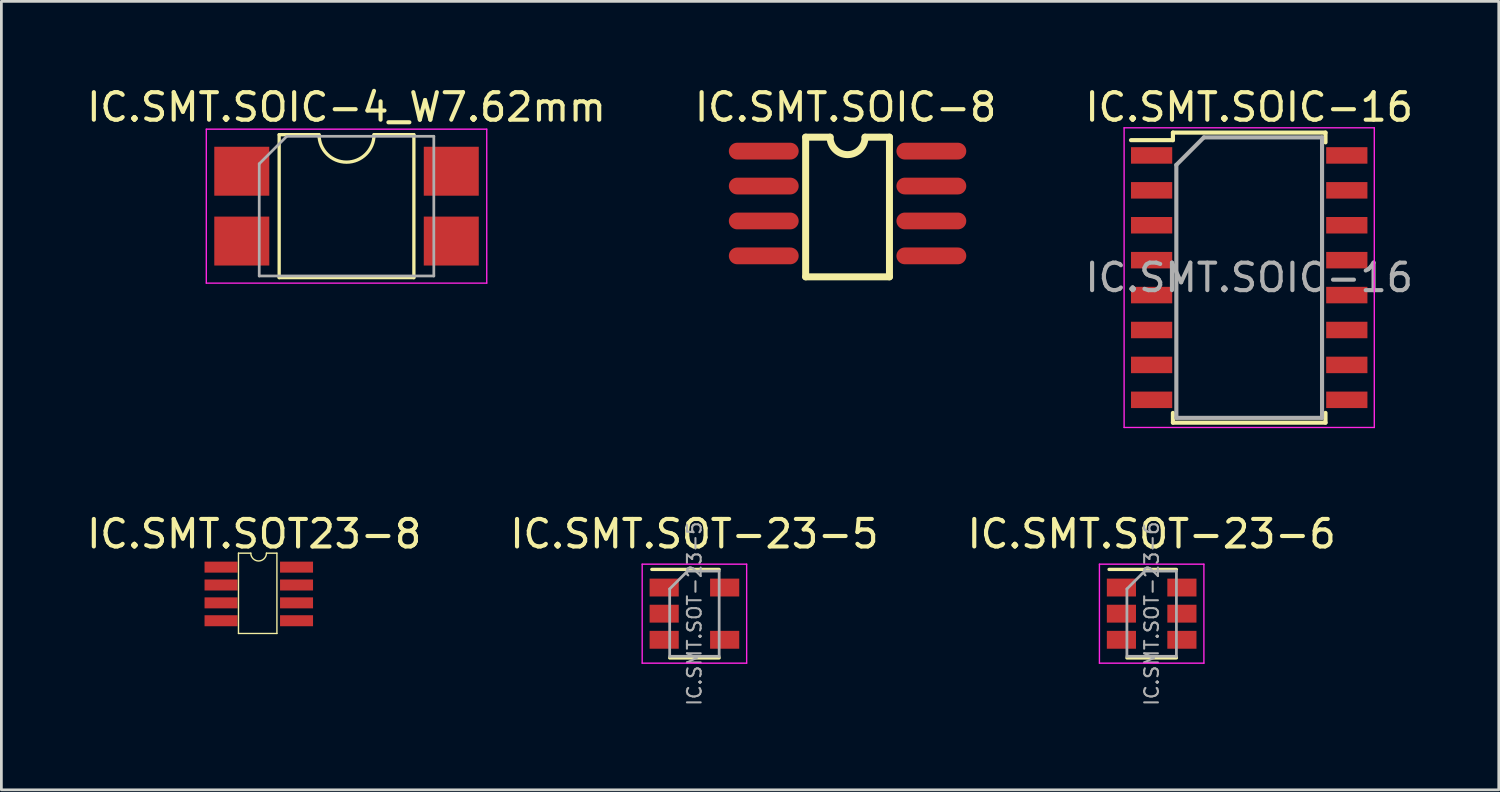
<source format=kicad_pcb>
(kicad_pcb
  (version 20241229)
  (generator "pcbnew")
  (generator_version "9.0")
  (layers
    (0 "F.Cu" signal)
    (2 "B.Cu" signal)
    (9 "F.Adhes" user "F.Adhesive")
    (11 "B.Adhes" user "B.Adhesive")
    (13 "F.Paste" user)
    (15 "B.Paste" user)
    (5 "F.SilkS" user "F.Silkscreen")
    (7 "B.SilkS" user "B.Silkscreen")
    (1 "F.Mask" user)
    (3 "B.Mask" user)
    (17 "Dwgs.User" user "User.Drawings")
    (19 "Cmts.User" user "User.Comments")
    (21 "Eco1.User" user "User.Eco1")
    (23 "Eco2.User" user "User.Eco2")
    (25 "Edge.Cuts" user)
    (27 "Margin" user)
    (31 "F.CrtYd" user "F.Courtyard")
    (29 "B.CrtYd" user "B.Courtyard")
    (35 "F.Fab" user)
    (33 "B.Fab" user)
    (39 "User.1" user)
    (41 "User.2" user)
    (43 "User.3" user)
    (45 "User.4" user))
  (footprint "IC.SMT.SOT23-8"
    (layer "F.Cu")
    (at 6.323 18.594)
    (property "Reference" "IC.SMT.SOT23-8" (at -0.127 -2.223 0) (layer "F.SilkS") (effects (font (size 1 1) (thickness 0.15))))
    (attr through_hole)
    (fp_line (start -0.699 -1.524) (end -0.25 -1.524) (stroke (width 0.05) (type solid)) (layer "F.SilkS"))
    (fp_line (start -0.699 1.397) (end -0.699 -1.524) (stroke (width 0.05) (type solid)) (layer "F.SilkS"))
    (fp_line (start -0.699 1.397) (end 0.699 1.397) (stroke (width 0.05) (type solid)) (layer "F.SilkS"))
    (fp_line (start 0.318 -1.524) (end 0.699 -1.524) (stroke (width 0.05) (type solid)) (layer "F.SilkS"))
    (fp_line (start 0.699 1.397) (end 0.699 -1.524) (stroke (width 0.05) (type solid)) (layer "F.SilkS"))
    (fp_arc (start 0.3175 -1.524) (mid 0.03352 -1.24002) (end -0.25046 -1.524) (stroke (width 0.05) (type solid)) (layer "F.SilkS"))
    (pad "1" smd rect (at -1.333 -1.016 90) (size 0.4 1.2) (layers "F.Cu" "F.Mask" "F.Paste"))
    (pad "2" smd rect (at -1.333 -0.366 90) (size 0.4 1.2) (layers "F.Cu" "F.Mask" "F.Paste"))
    (pad "3" smd rect (at -1.333 0.284 90) (size 0.4 1.2) (layers "F.Cu" "F.Mask" "F.Paste"))
    (pad "4" smd rect (at -1.333 0.934 90) (size 0.4 1.2) (layers "F.Cu" "F.Mask" "F.Paste"))
    (pad "5" smd rect (at 1.413 0.934 90) (size 0.4 1.2) (layers "F.Cu" "F.Mask" "F.Paste"))
    (pad "6" smd rect (at 1.413 0.284 90) (size 0.4 1.2) (layers "F.Cu" "F.Mask" "F.Paste"))
    (pad "7" smd rect (at 1.413 -0.366 90) (size 0.4 1.2) (layers "F.Cu" "F.Mask" "F.Paste"))
    (pad "8" smd rect (at 1.413 -1.016 90) (size 0.4 1.2) (layers "F.Cu" "F.Mask" "F.Paste")))
  (footprint "IC.SMT.SOIC-8"
    (layer "F.Cu")
    (at 27.708 4.348)
    (property "Reference" "IC.SMT.SOIC-8" (at 0 -3.5 0) (layer "F.SilkS") (effects (font (size 1 1) (thickness 0.15))))
    (attr smd)
    (fp_line (start -1.454 -2.409) (end -0.565 -2.409) (stroke (width 0.254) (type solid)) (layer "F.SilkS"))
    (fp_line (start -1.454 2.671) (end -1.454 -2.409) (stroke (width 0.254) (type solid)) (layer "F.SilkS"))
    (fp_line (start -1.454 2.671) (end 1.594 2.671) (stroke (width 0.254) (type solid)) (layer "F.SilkS"))
    (fp_line (start 0.705 -2.409) (end 1.594 -2.409) (stroke (width 0.254) (type solid)) (layer "F.SilkS"))
    (fp_line (start 1.594 2.671) (end 1.594 -2.409) (stroke (width 0.254) (type solid)) (layer "F.SilkS"))
    (fp_arc (start 0.7053 -2.4088) (mid 0.0703 -1.7738) (end -0.5647 -2.4088) (stroke (width 0.254) (type solid)) (layer "F.SilkS"))
    (pad "1" smd oval (at -2.978 -1.901 270) (size 0.61 2.54) (layers "F.Cu" "F.Mask" "F.Paste"))
    (pad "2" smd oval (at -2.978 -0.631 270) (size 0.61 2.54) (layers "F.Cu" "F.Mask" "F.Paste"))
    (pad "3" smd oval (at -2.978 0.639 270) (size 0.61 2.54) (layers "F.Cu" "F.Mask" "F.Paste"))
    (pad "4" smd oval (at -2.978 1.909 270) (size 0.61 2.54) (layers "F.Cu" "F.Mask" "F.Paste"))
    (pad "5" smd oval (at 3.118 1.909 270) (size 0.61 2.54) (layers "F.Cu" "F.Mask" "F.Paste"))
    (pad "6" smd oval (at 3.118 0.639 270) (size 0.61 2.54) (layers "F.Cu" "F.Mask" "F.Paste"))
    (pad "7" smd oval (at 3.118 -0.631 270) (size 0.61 2.54) (layers "F.Cu" "F.Mask" "F.Paste"))
    (pad "8" smd oval (at 3.118 -1.901 270) (size 0.61 2.54) (layers "F.Cu" "F.Mask" "F.Paste")))
  (footprint "IC.SMT.SOT-23-5"
    (layer "F.Cu")
    (at 22.208 19.271)
    (property "Reference" "IC.SMT.SOT-23-5" (at 0 -2.9 0) (layer "F.SilkS") (effects (font (size 1 1) (thickness 0.15))))
    (attr smd)
    (fp_line (start -0.9 1.61) (end 0.9 1.61) (stroke (width 0.12) (type solid)) (layer "F.SilkS"))
    (fp_line (start 0.9 -1.61) (end -1.55 -1.61) (stroke (width 0.12) (type solid)) (layer "F.SilkS"))
    (fp_line (start -1.9 -1.8) (end 1.9 -1.8) (stroke (width 0.05) (type solid)) (layer "F.CrtYd"))
    (fp_line (start -1.9 1.8) (end -1.9 -1.8) (stroke (width 0.05) (type solid)) (layer "F.CrtYd"))
    (fp_line (start 1.9 -1.8) (end 1.9 1.8) (stroke (width 0.05) (type solid)) (layer "F.CrtYd"))
    (fp_line (start 1.9 1.8) (end -1.9 1.8) (stroke (width 0.05) (type solid)) (layer "F.CrtYd"))
    (fp_line (start -0.9 -0.9) (end -0.9 1.55) (stroke (width 0.1) (type solid)) (layer "F.Fab"))
    (fp_line (start -0.9 -0.9) (end -0.25 -1.55) (stroke (width 0.1) (type solid)) (layer "F.Fab"))
    (fp_line (start 0.9 -1.55) (end -0.25 -1.55) (stroke (width 0.1) (type solid)) (layer "F.Fab"))
    (fp_line (start 0.9 -1.55) (end 0.9 1.55) (stroke (width 0.1) (type solid)) (layer "F.Fab"))
    (fp_line (start 0.9 1.55) (end -0.9 1.55) (stroke (width 0.1) (type solid)) (layer "F.Fab"))
    (fp_text user "${REFERENCE}" (at 0 0 90) (layer "F.Fab") (effects (font (size 0.5 0.5) (thickness 0.075))))
    (pad "1" smd rect (at -1.1 -0.95) (size 1.06 0.65) (layers "F.Cu" "F.Mask" "F.Paste"))
    (pad "2" smd rect (at -1.1 0) (size 1.06 0.65) (layers "F.Cu" "F.Mask" "F.Paste"))
    (pad "3" smd rect (at -1.1 0.95) (size 1.06 0.65) (layers "F.Cu" "F.Mask" "F.Paste"))
    (pad "4" smd rect (at 1.1 0.95) (size 1.06 0.65) (layers "F.Cu" "F.Mask" "F.Paste"))
    (pad "5" smd rect (at 1.1 -0.95) (size 1.06 0.65) (layers "F.Cu" "F.Mask" "F.Paste")))
  (footprint "IC.SMT.SOT-23-6"
    (layer "F.Cu")
    (at 38.839 19.271)
    (property "Reference" "IC.SMT.SOT-23-6" (at 0 -2.9 0) (layer "F.SilkS") (effects (font (size 1 1) (thickness 0.15))))
    (attr smd)
    (fp_line (start -0.9 1.61) (end 0.9 1.61) (stroke (width 0.12) (type solid)) (layer "F.SilkS"))
    (fp_line (start 0.9 -1.61) (end -1.55 -1.61) (stroke (width 0.12) (type solid)) (layer "F.SilkS"))
    (fp_line (start -1.9 -1.8) (end -1.9 1.8) (stroke (width 0.05) (type solid)) (layer "F.CrtYd"))
    (fp_line (start -1.9 1.8) (end 1.9 1.8) (stroke (width 0.05) (type solid)) (layer "F.CrtYd"))
    (fp_line (start 1.9 -1.8) (end -1.9 -1.8) (stroke (width 0.05) (type solid)) (layer "F.CrtYd"))
    (fp_line (start 1.9 1.8) (end 1.9 -1.8) (stroke (width 0.05) (type solid)) (layer "F.CrtYd"))
    (fp_line (start -0.9 -0.9) (end -0.9 1.55) (stroke (width 0.1) (type solid)) (layer "F.Fab"))
    (fp_line (start -0.9 -0.9) (end -0.25 -1.55) (stroke (width 0.1) (type solid)) (layer "F.Fab"))
    (fp_line (start 0.9 -1.55) (end -0.25 -1.55) (stroke (width 0.1) (type solid)) (layer "F.Fab"))
    (fp_line (start 0.9 -1.55) (end 0.9 1.55) (stroke (width 0.1) (type solid)) (layer "F.Fab"))
    (fp_line (start 0.9 1.55) (end -0.9 1.55) (stroke (width 0.1) (type solid)) (layer "F.Fab"))
    (fp_text user "${REFERENCE}" (at 0 0 90) (layer "F.Fab") (effects (font (size 0.5 0.5) (thickness 0.075))))
    (pad "1" smd rect (at -1.1 -0.95) (size 1.06 0.65) (layers "F.Cu" "F.Mask" "F.Paste"))
    (pad "2" smd rect (at -1.1 0) (size 1.06 0.65) (layers "F.Cu" "F.Mask" "F.Paste"))
    (pad "3" smd rect (at -1.1 0.95) (size 1.06 0.65) (layers "F.Cu" "F.Mask" "F.Paste"))
    (pad "4" smd rect (at 1.1 0.95) (size 1.06 0.65) (layers "F.Cu" "F.Mask" "F.Paste"))
    (pad "5" smd rect (at 1.1 0) (size 1.06 0.65) (layers "F.Cu" "F.Mask" "F.Paste"))
    (pad "6" smd rect (at 1.1 -0.95) (size 1.06 0.65) (layers "F.Cu" "F.Mask" "F.Paste")))
  (footprint "IC.SMT.SOIC-4_W7.62mm"
    (layer "F.Cu")
    (at 9.554 4.448)
    (property "Reference" "IC.SMT.SOIC-4_W7.62mm" (at 0 -3.6 0) (layer "F.SilkS") (effects (font (size 1 1) (thickness 0.15))))
    (attr smd)
    (fp_line (start -2.45 -2.6) (end -2.45 2.6) (stroke (width 0.12) (type solid)) (layer "F.SilkS"))
    (fp_line (start -2.45 2.6) (end 2.45 2.6) (stroke (width 0.12) (type solid)) (layer "F.SilkS"))
    (fp_line (start -1 -2.6) (end -2.45 -2.6) (stroke (width 0.12) (type solid)) (layer "F.SilkS"))
    (fp_line (start 2.45 -2.6) (end 1 -2.6) (stroke (width 0.12) (type solid)) (layer "F.SilkS"))
    (fp_line (start 2.45 2.6) (end 2.45 -2.6) (stroke (width 0.12) (type solid)) (layer "F.SilkS"))
    (fp_arc (start 1 -2.6) (mid 0 -1.6) (end -1 -2.6) (stroke (width 0.12) (type solid)) (layer "F.SilkS"))
    (fp_line (start -5.1 -2.8) (end -5.1 2.8) (stroke (width 0.05) (type solid)) (layer "F.CrtYd"))
    (fp_line (start -5.1 2.8) (end 5.1 2.8) (stroke (width 0.05) (type solid)) (layer "F.CrtYd"))
    (fp_line (start 5.1 -2.8) (end -5.1 -2.8) (stroke (width 0.05) (type solid)) (layer "F.CrtYd"))
    (fp_line (start 5.1 2.8) (end 5.1 -2.8) (stroke (width 0.05) (type solid)) (layer "F.CrtYd"))
    (fp_line (start -3.175 -1.54) (end -2.175 -2.54) (stroke (width 0.1) (type solid)) (layer "F.Fab"))
    (fp_line (start -3.175 2.54) (end -3.175 -1.54) (stroke (width 0.1) (type solid)) (layer "F.Fab"))
    (fp_line (start -2.175 -2.54) (end 3.175 -2.54) (stroke (width 0.1) (type solid)) (layer "F.Fab"))
    (fp_line (start 3.175 -2.54) (end 3.175 2.54) (stroke (width 0.1) (type solid)) (layer "F.Fab"))
    (fp_line (start 3.175 2.54) (end -3.175 2.54) (stroke (width 0.1) (type solid)) (layer "F.Fab"))
    (pad "1" smd rect (at -3.81 -1.27) (size 2 1.78) (layers "F.Cu" "F.Mask" "F.Paste"))
    (pad "2" smd rect (at -3.81 1.27) (size 2 1.78) (layers "F.Cu" "F.Mask" "F.Paste"))
    (pad "3" smd rect (at 3.81 1.27) (size 2 1.78) (layers "F.Cu" "F.Mask" "F.Paste"))
    (pad "4" smd rect (at 3.81 -1.27) (size 2 1.78) (layers "F.Cu" "F.Mask" "F.Paste")))
  (footprint "IC.SMT.SOIC-16"
    (layer "F.Cu")
    (at 42.387 7.048)
    (property "Reference" "IC.SMT.SOIC-16" (at 0 -6.2 0) (layer "F.SilkS") (effects (font (size 1 1) (thickness 0.15))))
    (attr smd)
    (fp_line (start -2.775 -5.275) (end -2.775 -5) (stroke (width 0.15) (type solid)) (layer "F.SilkS"))
    (fp_line (start -2.775 -5.275) (end 2.775 -5.275) (stroke (width 0.15) (type solid)) (layer "F.SilkS"))
    (fp_line (start -2.775 -5) (end -4.3 -5) (stroke (width 0.15) (type solid)) (layer "F.SilkS"))
    (fp_line (start -2.775 5.275) (end -2.775 4.92) (stroke (width 0.15) (type solid)) (layer "F.SilkS"))
    (fp_line (start -2.775 5.275) (end 2.775 5.275) (stroke (width 0.15) (type solid)) (layer "F.SilkS"))
    (fp_line (start 2.775 -5.275) (end 2.775 -4.92) (stroke (width 0.15) (type solid)) (layer "F.SilkS"))
    (fp_line (start 2.775 5.275) (end 2.775 4.92) (stroke (width 0.15) (type solid)) (layer "F.SilkS"))
    (fp_line (start -4.55 -5.45) (end -4.55 5.45) (stroke (width 0.05) (type solid)) (layer "F.CrtYd"))
    (fp_line (start -4.55 -5.45) (end 4.55 -5.45) (stroke (width 0.05) (type solid)) (layer "F.CrtYd"))
    (fp_line (start -4.55 5.45) (end 4.55 5.45) (stroke (width 0.05) (type solid)) (layer "F.CrtYd"))
    (fp_line (start 4.55 -5.45) (end 4.55 5.45) (stroke (width 0.05) (type solid)) (layer "F.CrtYd"))
    (fp_line (start -2.65 -4.1) (end -1.65 -5.1) (stroke (width 0.15) (type solid)) (layer "F.Fab"))
    (fp_line (start -2.65 5.1) (end -2.65 -4.1) (stroke (width 0.15) (type solid)) (layer "F.Fab"))
    (fp_line (start -1.65 -5.1) (end 2.65 -5.1) (stroke (width 0.15) (type solid)) (layer "F.Fab"))
    (fp_line (start 2.65 -5.1) (end 2.65 5.1) (stroke (width 0.15) (type solid)) (layer "F.Fab"))
    (fp_line (start 2.65 5.1) (end -2.65 5.1) (stroke (width 0.15) (type solid)) (layer "F.Fab"))
    (fp_text user "${REFERENCE}" (at 0 0 0) (layer "F.Fab") (effects (font (size 1 1) (thickness 0.15))))
    (pad "1" smd rect (at -3.55 -4.445) (size 1.5 0.6) (layers "F.Cu" "F.Mask" "F.Paste"))
    (pad "2" smd rect (at -3.55 -3.175) (size 1.5 0.6) (layers "F.Cu" "F.Mask" "F.Paste"))
    (pad "3" smd rect (at -3.55 -1.905) (size 1.5 0.6) (layers "F.Cu" "F.Mask" "F.Paste"))
    (pad "4" smd rect (at -3.55 -0.635) (size 1.5 0.6) (layers "F.Cu" "F.Mask" "F.Paste"))
    (pad "5" smd rect (at -3.55 0.635) (size 1.5 0.6) (layers "F.Cu" "F.Mask" "F.Paste"))
    (pad "6" smd rect (at -3.55 1.905) (size 1.5 0.6) (layers "F.Cu" "F.Mask" "F.Paste"))
    (pad "7" smd rect (at -3.55 3.175) (size 1.5 0.6) (layers "F.Cu" "F.Mask" "F.Paste"))
    (pad "8" smd rect (at -3.55 4.445) (size 1.5 0.6) (layers "F.Cu" "F.Mask" "F.Paste"))
    (pad "9" smd rect (at 3.55 4.445) (size 1.5 0.6) (layers "F.Cu" "F.Mask" "F.Paste"))
    (pad "10" smd rect (at 3.55 3.175) (size 1.5 0.6) (layers "F.Cu" "F.Mask" "F.Paste"))
    (pad "11" smd rect (at 3.55 1.905) (size 1.5 0.6) (layers "F.Cu" "F.Mask" "F.Paste"))
    (pad "12" smd rect (at 3.55 0.635) (size 1.5 0.6) (layers "F.Cu" "F.Mask" "F.Paste"))
    (pad "13" smd rect (at 3.55 -0.635) (size 1.5 0.6) (layers "F.Cu" "F.Mask" "F.Paste"))
    (pad "14" smd rect (at 3.55 -1.905) (size 1.5 0.6) (layers "F.Cu" "F.Mask" "F.Paste"))
    (pad "15" smd rect (at 3.55 -3.175) (size 1.5 0.6) (layers "F.Cu" "F.Mask" "F.Paste"))
    (pad "16" smd rect (at 3.55 -4.445) (size 1.5 0.6) (layers "F.Cu" "F.Mask" "F.Paste")))
  (gr_rect
    (start -3 -3)
    (end 51.464 25.679)
    (stroke (width 0.1) (type default))
    (fill no)
    (layer "Edge.Cuts")))
</source>
